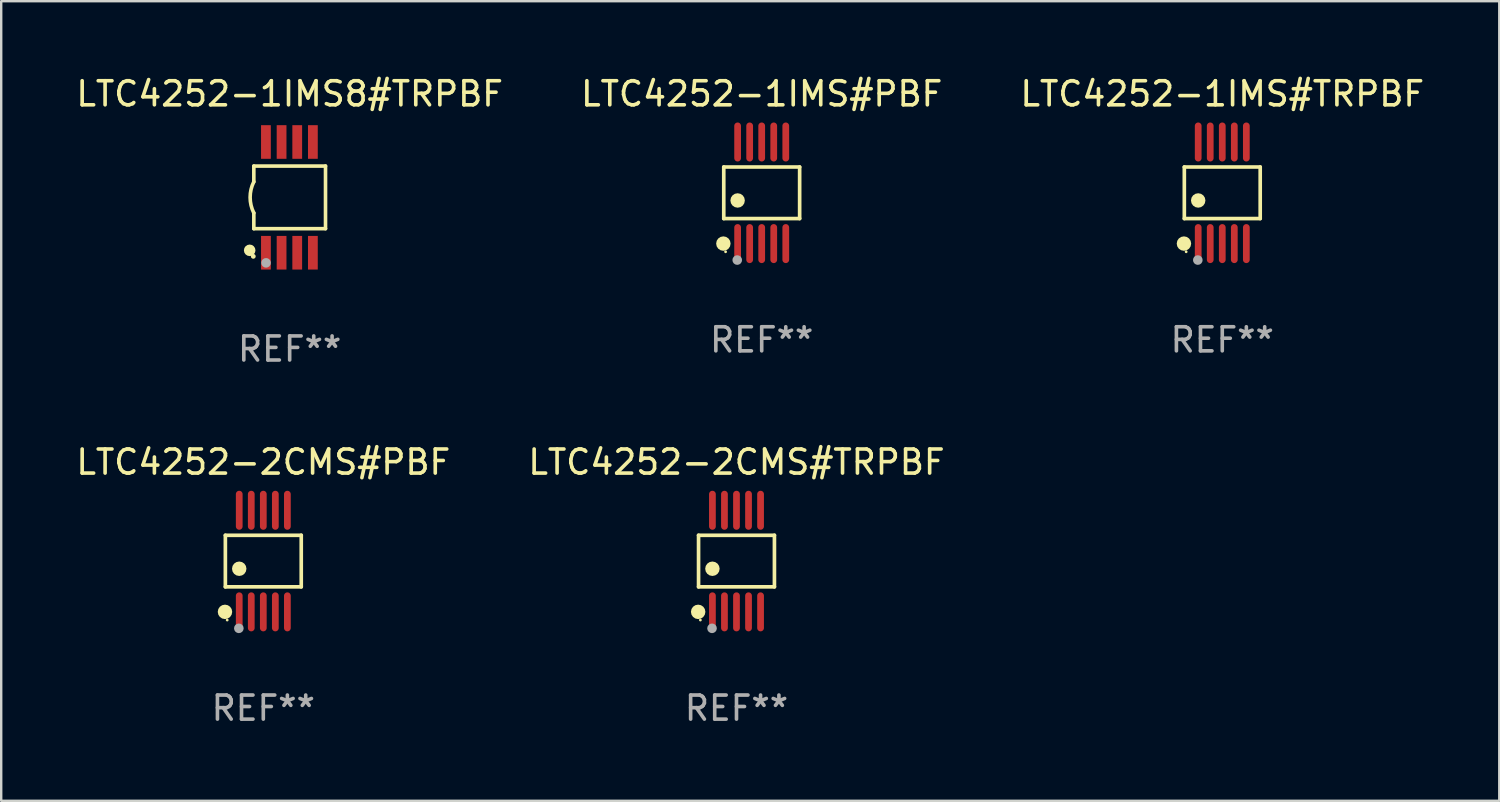
<source format=kicad_pcb>
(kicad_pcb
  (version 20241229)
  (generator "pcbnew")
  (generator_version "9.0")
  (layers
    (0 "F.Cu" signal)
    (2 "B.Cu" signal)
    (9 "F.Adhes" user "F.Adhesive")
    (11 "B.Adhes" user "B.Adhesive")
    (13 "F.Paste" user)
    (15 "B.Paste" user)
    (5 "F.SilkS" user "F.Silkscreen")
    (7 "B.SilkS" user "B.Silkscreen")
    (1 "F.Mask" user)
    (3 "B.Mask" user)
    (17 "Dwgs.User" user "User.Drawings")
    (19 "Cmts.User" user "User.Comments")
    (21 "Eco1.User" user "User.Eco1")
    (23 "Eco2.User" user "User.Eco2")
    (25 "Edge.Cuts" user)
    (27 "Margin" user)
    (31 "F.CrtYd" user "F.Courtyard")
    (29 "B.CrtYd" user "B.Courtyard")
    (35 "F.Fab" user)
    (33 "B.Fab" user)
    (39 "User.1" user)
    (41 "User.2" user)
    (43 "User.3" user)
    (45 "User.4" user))
  (footprint "LTC4252-1IMS#PBF"
    (layer "F.Cu")
    (at 28.589 4.958)
    (property "Reference" "LTC4252-1IMS#PBF" (at 0 -4.11 0) (layer "F.SilkS") (effects (font (size 1 1) (thickness 0.15))))
    (attr through_hole)
    (fp_line (start -1.576 -1.071) (end 1.576 -1.071) (stroke (width 0.152) (type solid)) (layer "F.SilkS"))
    (fp_line (start -1.576 1.071) (end -1.576 -1.071) (stroke (width 0.152) (type solid)) (layer "F.SilkS"))
    (fp_line (start 1.576 -1.071) (end 1.576 1.071) (stroke (width 0.152) (type solid)) (layer "F.SilkS"))
    (fp_line (start 1.576 1.071) (end -1.576 1.071) (stroke (width 0.152) (type solid)) (layer "F.SilkS"))
    (fp_circle (center -1.592 2.11) (end -1.442 2.11) (stroke (width 0.3) (type solid)) (fill no) (layer "F.SilkS"))
    (fp_circle (center -1.5 2.45) (end -1.47 2.45) (stroke (width 0.06) (type solid)) (fill no) (layer "F.SilkS"))
    (fp_circle (center -1 0.319) (end -0.85 0.319) (stroke (width 0.3) (type solid)) (fill no) (layer "F.SilkS"))
    (fp_circle (center -1.016 2.794) (end -0.916 2.794) (stroke (width 0.2) (type solid)) (fill no) (layer "F.Fab"))
    (fp_text user "REF**" (at 0 6.11 0) (layer "F.Fab") (effects (font (size 1 1) (thickness 0.15))))
    (pad "1" smd oval (at -1 2.11) (size 0.28 1.62) (layers "F.Cu" "F.Mask" "F.Paste"))
    (pad "2" smd oval (at -0.5 2.11) (size 0.28 1.62) (layers "F.Cu" "F.Mask" "F.Paste"))
    (pad "3" smd oval (at 0 2.11) (size 0.28 1.62) (layers "F.Cu" "F.Mask" "F.Paste"))
    (pad "4" smd oval (at 0.5 2.11) (size 0.28 1.62) (layers "F.Cu" "F.Mask" "F.Paste"))
    (pad "5" smd oval (at 1 2.11) (size 0.28 1.62) (layers "F.Cu" "F.Mask" "F.Paste"))
    (pad "6" smd oval (at 1 -2.11) (size 0.28 1.62) (layers "F.Cu" "F.Mask" "F.Paste"))
    (pad "7" smd oval (at 0.5 -2.11) (size 0.28 1.62) (layers "F.Cu" "F.Mask" "F.Paste"))
    (pad "8" smd oval (at 0 -2.11) (size 0.28 1.62) (layers "F.Cu" "F.Mask" "F.Paste"))
    (pad "9" smd oval (at -0.5 -2.11) (size 0.28 1.62) (layers "F.Cu" "F.Mask" "F.Paste"))
    (pad "10" smd oval (at -1 -2.11) (size 0.28 1.62) (layers "F.Cu" "F.Mask" "F.Paste")))
  (footprint "LTC4252-2CMS#PBF"
    (layer "F.Cu")
    (at 7.887 20.255)
    (property "Reference" "LTC4252-2CMS#PBF" (at 0 -4.11 0) (layer "F.SilkS") (effects (font (size 1 1) (thickness 0.15))))
    (attr through_hole)
    (fp_line (start -1.576 -1.071) (end 1.576 -1.071) (stroke (width 0.152) (type solid)) (layer "F.SilkS"))
    (fp_line (start -1.576 1.071) (end -1.576 -1.071) (stroke (width 0.152) (type solid)) (layer "F.SilkS"))
    (fp_line (start 1.576 -1.071) (end 1.576 1.071) (stroke (width 0.152) (type solid)) (layer "F.SilkS"))
    (fp_line (start 1.576 1.071) (end -1.576 1.071) (stroke (width 0.152) (type solid)) (layer "F.SilkS"))
    (fp_circle (center -1.592 2.11) (end -1.442 2.11) (stroke (width 0.3) (type solid)) (fill no) (layer "F.SilkS"))
    (fp_circle (center -1.5 2.45) (end -1.47 2.45) (stroke (width 0.06) (type solid)) (fill no) (layer "F.SilkS"))
    (fp_circle (center -1 0.319) (end -0.85 0.319) (stroke (width 0.3) (type solid)) (fill no) (layer "F.SilkS"))
    (fp_circle (center -1.016 2.794) (end -0.916 2.794) (stroke (width 0.2) (type solid)) (fill no) (layer "F.Fab"))
    (fp_text user "REF**" (at 0 6.11 0) (layer "F.Fab") (effects (font (size 1 1) (thickness 0.15))))
    (pad "1" smd oval (at -1 2.11) (size 0.28 1.62) (layers "F.Cu" "F.Mask" "F.Paste"))
    (pad "2" smd oval (at -0.5 2.11) (size 0.28 1.62) (layers "F.Cu" "F.Mask" "F.Paste"))
    (pad "3" smd oval (at 0 2.11) (size 0.28 1.62) (layers "F.Cu" "F.Mask" "F.Paste"))
    (pad "4" smd oval (at 0.5 2.11) (size 0.28 1.62) (layers "F.Cu" "F.Mask" "F.Paste"))
    (pad "5" smd oval (at 1 2.11) (size 0.28 1.62) (layers "F.Cu" "F.Mask" "F.Paste"))
    (pad "6" smd oval (at 1 -2.11) (size 0.28 1.62) (layers "F.Cu" "F.Mask" "F.Paste"))
    (pad "7" smd oval (at 0.5 -2.11) (size 0.28 1.62) (layers "F.Cu" "F.Mask" "F.Paste"))
    (pad "8" smd oval (at 0 -2.11) (size 0.28 1.62) (layers "F.Cu" "F.Mask" "F.Paste"))
    (pad "9" smd oval (at -0.5 -2.11) (size 0.28 1.62) (layers "F.Cu" "F.Mask" "F.Paste"))
    (pad "10" smd oval (at -1 -2.11) (size 0.28 1.62) (layers "F.Cu" "F.Mask" "F.Paste")))
  (footprint "LTC4252-1IMS8#TRPBF"
    (layer "F.Cu")
    (at 8.982 5.148)
    (property "Reference" "LTC4252-1IMS8#TRPBF" (at 0 -4.3 0) (layer "F.SilkS") (effects (font (size 1 1) (thickness 0.15))))
    (attr through_hole)
    (fp_line (start -1.489 -1.3) (end -1.489 -0.648) (stroke (width 0.15) (type solid)) (layer "F.SilkS"))
    (fp_line (start -1.489 0.648) (end -1.489 1.3) (stroke (width 0.15) (type solid)) (layer "F.SilkS"))
    (fp_line (start -1.489 1.3) (end 1.489 1.3) (stroke (width 0.15) (type solid)) (layer "F.SilkS"))
    (fp_line (start 1.489 -1.3) (end -1.489 -1.3) (stroke (width 0.15) (type solid)) (layer "F.SilkS"))
    (fp_line (start 1.489 1.3) (end 1.489 -1.3) (stroke (width 0.15) (type solid)) (layer "F.SilkS"))
    (fp_arc (start -1.489205 0.647702) (mid -1.642107 0) (end -1.489205 -0.647701) (stroke (width 0.150013) (type solid)) (layer "F.SilkS"))
    (fp_circle (center -1.661 2.2) (end -1.541 2.2) (stroke (width 0.24) (type solid)) (fill no) (layer "F.SilkS"))
    (fp_circle (center -1.511 2.45) (end -1.461 2.45) (stroke (width 0.1) (type solid)) (fill no) (layer "F.SilkS"))
    (fp_circle (center -0.981 2.72) (end -0.881 2.72) (stroke (width 0.2) (type solid)) (fill no) (layer "F.Fab"))
    (fp_text user "REF**" (at 0 6.3 0) (layer "F.Fab") (effects (font (size 1 1) (thickness 0.15))))
    (pad "1" smd rect (at -0.986 2.3) (size 0.406 1.397) (layers "F.Cu" "F.Mask" "F.Paste"))
    (pad "2" smd rect (at -0.336 2.3) (size 0.406 1.397) (layers "F.Cu" "F.Mask" "F.Paste"))
    (pad "3" smd rect (at 0.314 2.3) (size 0.406 1.397) (layers "F.Cu" "F.Mask" "F.Paste"))
    (pad "4" smd rect (at 0.964 2.3) (size 0.406 1.397) (layers "F.Cu" "F.Mask" "F.Paste"))
    (pad "5" smd rect (at 0.964 -2.3) (size 0.406 1.397) (layers "F.Cu" "F.Mask" "F.Paste"))
    (pad "6" smd rect (at 0.314 -2.3) (size 0.406 1.397) (layers "F.Cu" "F.Mask" "F.Paste"))
    (pad "7" smd rect (at -0.336 -2.3) (size 0.406 1.397) (layers "F.Cu" "F.Mask" "F.Paste"))
    (pad "8" smd rect (at -0.986 -2.3) (size 0.406 1.397) (layers "F.Cu" "F.Mask" "F.Paste")))
  (footprint "LTC4252-1IMS#TRPBF"
    (layer "F.Cu")
    (at 47.72 4.958)
    (property "Reference" "LTC4252-1IMS#TRPBF" (at 0 -4.11 0) (layer "F.SilkS") (effects (font (size 1 1) (thickness 0.15))))
    (attr through_hole)
    (fp_line (start -1.576 -1.071) (end 1.576 -1.071) (stroke (width 0.152) (type solid)) (layer "F.SilkS"))
    (fp_line (start -1.576 1.071) (end -1.576 -1.071) (stroke (width 0.152) (type solid)) (layer "F.SilkS"))
    (fp_line (start 1.576 -1.071) (end 1.576 1.071) (stroke (width 0.152) (type solid)) (layer "F.SilkS"))
    (fp_line (start 1.576 1.071) (end -1.576 1.071) (stroke (width 0.152) (type solid)) (layer "F.SilkS"))
    (fp_circle (center -1.592 2.11) (end -1.442 2.11) (stroke (width 0.3) (type solid)) (fill no) (layer "F.SilkS"))
    (fp_circle (center -1.5 2.45) (end -1.47 2.45) (stroke (width 0.06) (type solid)) (fill no) (layer "F.SilkS"))
    (fp_circle (center -1 0.319) (end -0.85 0.319) (stroke (width 0.3) (type solid)) (fill no) (layer "F.SilkS"))
    (fp_circle (center -1.016 2.794) (end -0.916 2.794) (stroke (width 0.2) (type solid)) (fill no) (layer "F.Fab"))
    (fp_text user "REF**" (at 0 6.11 0) (layer "F.Fab") (effects (font (size 1 1) (thickness 0.15))))
    (pad "1" smd oval (at -1 2.11) (size 0.28 1.62) (layers "F.Cu" "F.Mask" "F.Paste"))
    (pad "2" smd oval (at -0.5 2.11) (size 0.28 1.62) (layers "F.Cu" "F.Mask" "F.Paste"))
    (pad "3" smd oval (at 0 2.11) (size 0.28 1.62) (layers "F.Cu" "F.Mask" "F.Paste"))
    (pad "4" smd oval (at 0.5 2.11) (size 0.28 1.62) (layers "F.Cu" "F.Mask" "F.Paste"))
    (pad "5" smd oval (at 1 2.11) (size 0.28 1.62) (layers "F.Cu" "F.Mask" "F.Paste"))
    (pad "6" smd oval (at 1 -2.11) (size 0.28 1.62) (layers "F.Cu" "F.Mask" "F.Paste"))
    (pad "7" smd oval (at 0.5 -2.11) (size 0.28 1.62) (layers "F.Cu" "F.Mask" "F.Paste"))
    (pad "8" smd oval (at 0 -2.11) (size 0.28 1.62) (layers "F.Cu" "F.Mask" "F.Paste"))
    (pad "9" smd oval (at -0.5 -2.11) (size 0.28 1.62) (layers "F.Cu" "F.Mask" "F.Paste"))
    (pad "10" smd oval (at -1 -2.11) (size 0.28 1.62) (layers "F.Cu" "F.Mask" "F.Paste")))
  (footprint "LTC4252-2CMS#TRPBF"
    (layer "F.Cu")
    (at 27.542 20.255)
    (property "Reference" "LTC4252-2CMS#TRPBF" (at 0 -4.11 0) (layer "F.SilkS") (effects (font (size 1 1) (thickness 0.15))))
    (attr through_hole)
    (fp_line (start -1.576 -1.071) (end 1.576 -1.071) (stroke (width 0.152) (type solid)) (layer "F.SilkS"))
    (fp_line (start -1.576 1.071) (end -1.576 -1.071) (stroke (width 0.152) (type solid)) (layer "F.SilkS"))
    (fp_line (start 1.576 -1.071) (end 1.576 1.071) (stroke (width 0.152) (type solid)) (layer "F.SilkS"))
    (fp_line (start 1.576 1.071) (end -1.576 1.071) (stroke (width 0.152) (type solid)) (layer "F.SilkS"))
    (fp_circle (center -1.592 2.11) (end -1.442 2.11) (stroke (width 0.3) (type solid)) (fill no) (layer "F.SilkS"))
    (fp_circle (center -1.5 2.45) (end -1.47 2.45) (stroke (width 0.06) (type solid)) (fill no) (layer "F.SilkS"))
    (fp_circle (center -1 0.319) (end -0.85 0.319) (stroke (width 0.3) (type solid)) (fill no) (layer "F.SilkS"))
    (fp_circle (center -1.016 2.794) (end -0.916 2.794) (stroke (width 0.2) (type solid)) (fill no) (layer "F.Fab"))
    (fp_text user "REF**" (at 0 6.11 0) (layer "F.Fab") (effects (font (size 1 1) (thickness 0.15))))
    (pad "1" smd oval (at -1 2.11) (size 0.28 1.62) (layers "F.Cu" "F.Mask" "F.Paste"))
    (pad "2" smd oval (at -0.5 2.11) (size 0.28 1.62) (layers "F.Cu" "F.Mask" "F.Paste"))
    (pad "3" smd oval (at 0 2.11) (size 0.28 1.62) (layers "F.Cu" "F.Mask" "F.Paste"))
    (pad "4" smd oval (at 0.5 2.11) (size 0.28 1.62) (layers "F.Cu" "F.Mask" "F.Paste"))
    (pad "5" smd oval (at 1 2.11) (size 0.28 1.62) (layers "F.Cu" "F.Mask" "F.Paste"))
    (pad "6" smd oval (at 1 -2.11) (size 0.28 1.62) (layers "F.Cu" "F.Mask" "F.Paste"))
    (pad "7" smd oval (at 0.5 -2.11) (size 0.28 1.62) (layers "F.Cu" "F.Mask" "F.Paste"))
    (pad "8" smd oval (at 0 -2.11) (size 0.28 1.62) (layers "F.Cu" "F.Mask" "F.Paste"))
    (pad "9" smd oval (at -0.5 -2.11) (size 0.28 1.62) (layers "F.Cu" "F.Mask" "F.Paste"))
    (pad "10" smd oval (at -1 -2.11) (size 0.28 1.62) (layers "F.Cu" "F.Mask" "F.Paste")))
  (gr_rect
    (start -3 -3)
    (end 59.226 30.213)
    (stroke (width 0.1) (type default))
    (fill no)
    (layer "Edge.Cuts")))
</source>
